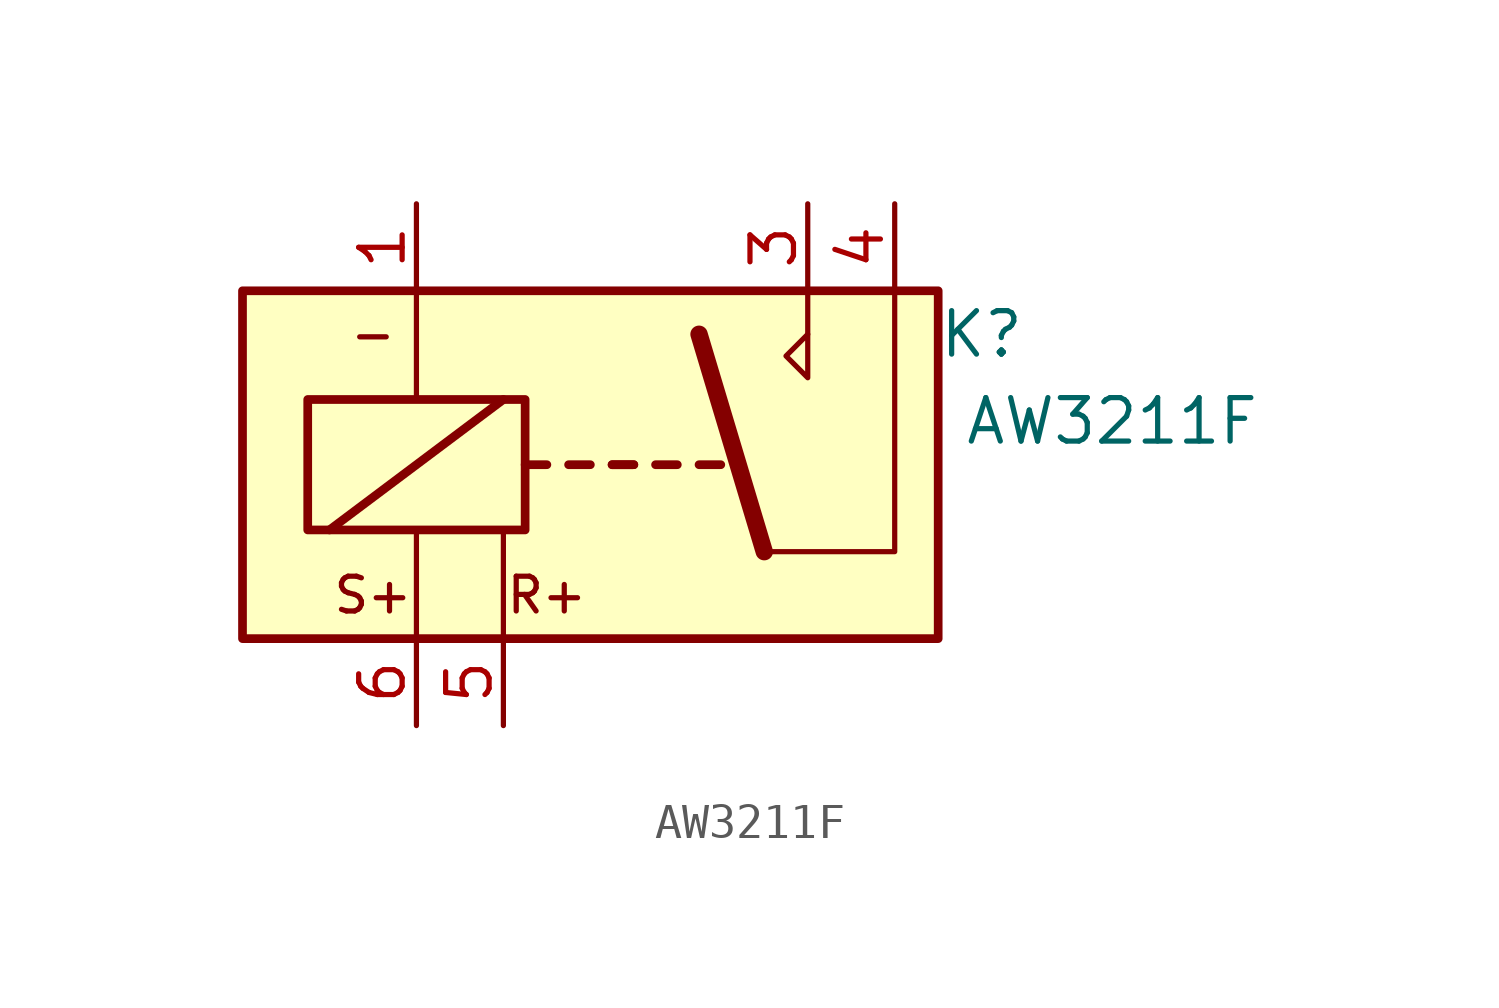
<source format=kicad_sym>
(kicad_symbol_lib
  (version 20220914)
  (generator kicad_symbol_editor)
  (symbol "AW3211F"
    (property "Reference" "K"
      (at 11.43 3.81 0)
      (effects (font (size 1.27 1.27))))
    (property "Value" "AW3211F"
      (at 15.24 1.27 0)
      (effects (font (size 1.27 1.27))))
    (symbol "AW3211F_0_1"
      (polyline (pts (xy -2.54 -5.08) (xy -2.54 -1.905)) (stroke (width 0) (type default)) (fill (type none))))
    (symbol "AW3211F_1_1"
      (rectangle (start -10.16 5.08) (end 10.16 -5.08) (stroke (width 0.254) (type default)) (fill (type background)))
      (rectangle (start -8.255 1.905) (end -1.905 -1.905) (stroke (width 0.254) (type default)) (fill (type none)))
      (polyline (pts (xy -7.62 -1.905) (xy -2.54 1.905)) (stroke (width 0.254) (type default)) (fill (type none)))
      (polyline (pts (xy -5.08 -5.08) (xy -5.08 -1.905)) (stroke (width 0) (type default)) (fill (type none)))
      (polyline (pts (xy -5.08 5.08) (xy -5.08 1.905)) (stroke (width 0) (type default)) (fill (type none)))
      (polyline (pts (xy -1.905 0) (xy -1.27 0)) (stroke (width 0.254) (type default)) (fill (type none)))
      (polyline (pts (xy -0.635 0) (xy 0 0)) (stroke (width 0.254) (type default)) (fill (type none)))
      (polyline (pts (xy 0.635 0) (xy 1.27 0)) (stroke (width 0.254) (type default)) (fill (type none)))
      (polyline (pts (xy 0.635 0) (xy 1.27 0)) (stroke (width 0.254) (type default)) (fill (type none)))
      (polyline (pts (xy 1.905 0) (xy 2.54 0)) (stroke (width 0.254) (type default)) (fill (type none)))
      (polyline (pts (xy 3.175 0) (xy 3.81 0)) (stroke (width 0.254) (type default)) (fill (type none)))
      (polyline (pts (xy 5.08 -2.54) (xy 3.175 3.81)) (stroke (width 0.508) (type default)) (fill (type none)))
      (polyline (pts (xy 6.35 3.81) (xy 6.35 5.08)) (stroke (width 0) (type default)) (fill (type none)))
      (polyline (pts (xy 5.08 -2.54) (xy 8.89 -2.54) (xy 8.89 5.08)) (stroke (width 0) (type default)) (fill (type none)))
      (polyline (pts (xy 6.35 3.81) (xy 6.35 2.54) (xy 5.715 3.175) (xy 6.35 3.81)) (stroke (width 0) (type default)) (fill (type none)))
      (text "-" (at -6.35 3.81 0) (effects (font (size 1.016 1.016))))
      (text "R+" (at -1.27 -3.81 0) (effects (font (size 1.016 1.016))))
      (text "S+" (at -6.35 -3.81 0) (effects (font (size 1.016 1.016))))
      (pin passive line (at -5.08 7.62 270) (length 2.54) (name "~" (effects (font (size 1.27 1.27)))) (number "1" (effects (font (size 1.27 1.27)))))
      (pin passive line (at 6.35 7.62 270) (length 2.54) (name "~" (effects (font (size 1.27 1.27)))) (number "3" (effects (font (size 1.27 1.27)))))
      (pin passive line (at 8.89 7.62 270) (length 2.54) (name "~" (effects (font (size 1.27 1.27)))) (number "4" (effects (font (size 1.27 1.27)))))
      (pin passive line (at -2.54 -7.62 90) (length 2.54) (name "" (effects (font (size 1.27 1.27)))) (number "5" (effects (font (size 1.27 1.27)))))
      (pin passive line (at -5.08 -7.62 90) (length 2.54) (name "~" (effects (font (size 1.27 1.27)))) (number "6" (effects (font (size 1.27 1.27))))))))
</source>
